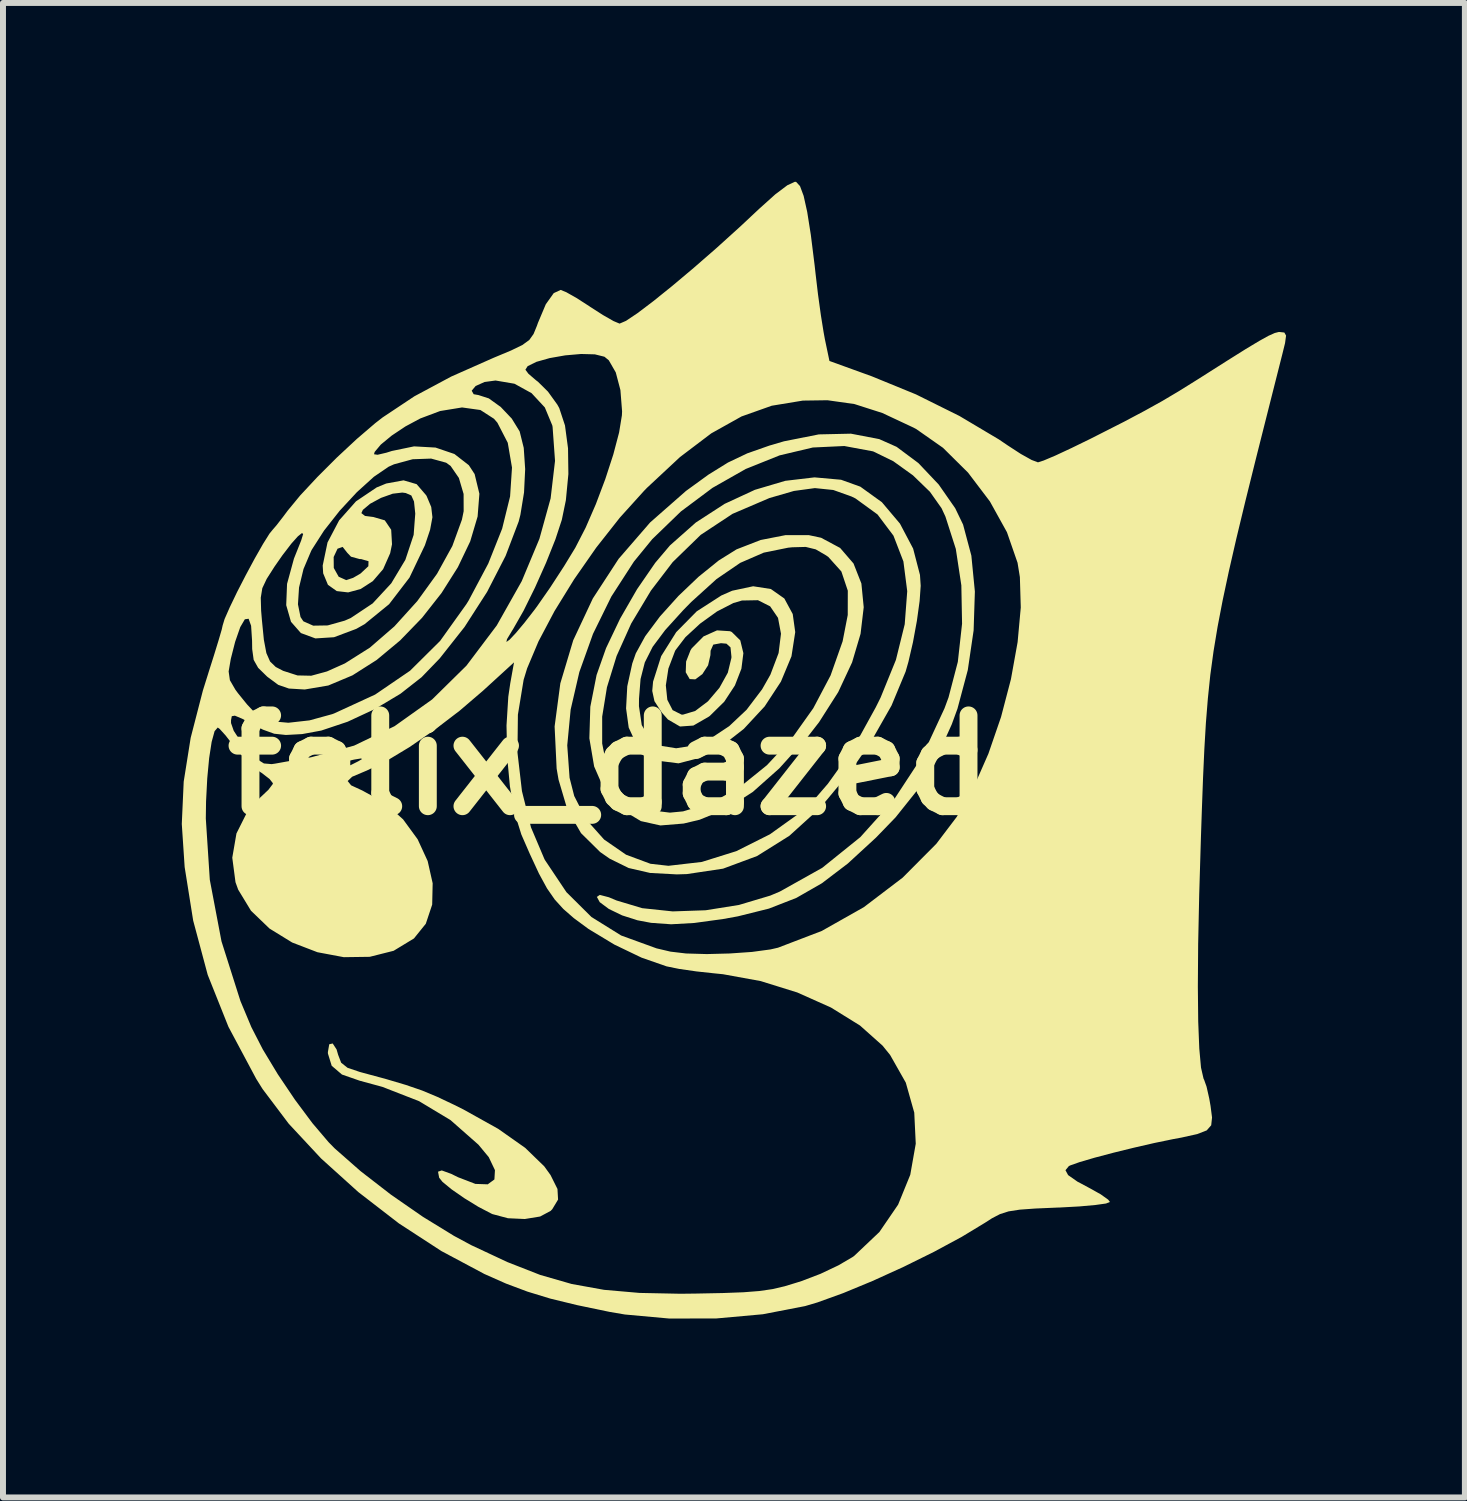
<source format=kicad_pcb>
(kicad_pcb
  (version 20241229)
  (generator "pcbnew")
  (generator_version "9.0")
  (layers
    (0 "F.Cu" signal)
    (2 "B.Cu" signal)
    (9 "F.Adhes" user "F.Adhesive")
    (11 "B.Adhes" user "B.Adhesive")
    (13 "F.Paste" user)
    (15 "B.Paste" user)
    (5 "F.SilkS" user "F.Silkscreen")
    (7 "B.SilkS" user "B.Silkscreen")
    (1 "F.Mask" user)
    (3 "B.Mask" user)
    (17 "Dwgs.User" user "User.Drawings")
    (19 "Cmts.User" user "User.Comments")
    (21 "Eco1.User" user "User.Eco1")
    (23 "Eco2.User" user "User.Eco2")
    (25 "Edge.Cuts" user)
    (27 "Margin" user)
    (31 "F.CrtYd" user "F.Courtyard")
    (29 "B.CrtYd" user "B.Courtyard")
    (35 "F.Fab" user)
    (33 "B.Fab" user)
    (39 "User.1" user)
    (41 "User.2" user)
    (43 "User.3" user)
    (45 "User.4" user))
  (footprint "felix_dazed"
    (layer "F.Cu")
    (at 7.176 9.787)
    (property "Reference" "felix_dazed" (at 0 0 0) (layer "F.SilkS") (effects (font (size 1.524 1.524) (thickness 0.3))))
    (attr board_only exclude_from_pos_files exclude_from_bom)
    (fp_poly (pts (xy -4.579 4.77) (xy -4.553 4.86) (xy -4.502 4.993) (xy -4.395 5.078) (xy -4.191 5.147) (xy -4.177 5.151) (xy -3.748 5.267) (xy -3.418 5.365) (xy -3.144 5.459) (xy -2.888 5.566) (xy -2.609 5.698) (xy -2.449 5.778) (xy -1.868 6.102) (xy -1.415 6.421) (xy -1.095 6.731) (xy -0.989 6.878) (xy -0.873 7.111) (xy -0.863 7.289) (xy -0.96 7.45) (xy -0.988 7.479) (xy -1.164 7.573) (xy -1.421 7.615) (xy -1.704 7.602) (xy -1.963 7.533) (xy -1.979 7.526) (xy -2.201 7.41) (xy -2.437 7.265) (xy -2.65 7.117) (xy -2.803 6.991) (xy -2.858 6.922) (xy -2.877 6.821) (xy -2.814 6.8) (xy -2.657 6.857) (xy -2.541 6.914) (xy -2.25 7.026) (xy -2.043 7.033) (xy -1.931 6.951) (xy -1.922 6.795) (xy -2.026 6.577) (xy -2.199 6.368) (xy -2.667 5.956) (xy -3.195 5.638) (xy -3.811 5.398) (xy -4.193 5.294) (xy -4.489 5.191) (xy -4.661 5.044) (xy -4.724 4.84) (xy -4.725 4.815) (xy -4.702 4.683) (xy -4.644 4.67)) (stroke (width 0) (type solid)) (fill yes) (layer "F.SilkS"))
    (fp_poly (pts (xy 4.525 -5.47) (xy 4.817 -5.34) (xy 5.182 -5.068) (xy 5.523 -4.708) (xy 5.8 -4.31) (xy 5.932 -4.036) (xy 6.071 -3.515) (xy 6.13 -2.912) (xy 6.109 -2.261) (xy 6.011 -1.595) (xy 5.838 -0.947) (xy 5.742 -0.684) (xy 5.476 -0.094) (xy 5.173 0.409) (xy 4.799 0.877) (xy 4.471 1.216) (xy 3.998 1.651) (xy 3.563 1.982) (xy 3.134 2.228) (xy 2.675 2.407) (xy 2.153 2.537) (xy 1.905 2.582) (xy 1.423 2.648) (xy 1.033 2.67) (xy 0.697 2.646) (xy 0.469 2.603) (xy 0.212 2.521) (xy -0.011 2.413) (xy -0.164 2.299) (xy -0.212 2.211) (xy -0.163 2.177) (xy -0.01 2.217) (xy 0.119 2.271) (xy 0.549 2.4) (xy 1.06 2.454) (xy 1.613 2.435) (xy 2.171 2.346) (xy 2.697 2.189) (xy 2.858 2.121) (xy 3.569 1.723) (xy 4.208 1.208) (xy 4.769 0.584) (xy 5.242 -0.138) (xy 5.62 -0.952) (xy 5.688 -1.136) (xy 5.844 -1.733) (xy 5.915 -2.372) (xy 5.903 -3.016) (xy 5.81 -3.628) (xy 5.636 -4.17) (xy 5.571 -4.31) (xy 5.376 -4.586) (xy 5.091 -4.862) (xy 4.761 -5.099) (xy 4.434 -5.259) (xy 4.418 -5.265) (xy 3.939 -5.354) (xy 3.411 -5.329) (xy 2.854 -5.197) (xy 2.286 -4.969) (xy 1.728 -4.652) (xy 1.198 -4.256) (xy 0.716 -3.79) (xy 0.409 -3.414) (xy 0.03 -2.827) (xy -0.277 -2.202) (xy -0.506 -1.562) (xy -0.652 -0.931) (xy -0.709 -0.332) (xy -0.67 0.212) (xy -0.592 0.518) (xy -0.391 0.912) (xy -0.091 1.248) (xy 0.278 1.503) (xy 0.687 1.655) (xy 0.988 1.689) (xy 1.549 1.624) (xy 2.128 1.443) (xy 2.692 1.16) (xy 3.207 0.791) (xy 3.419 0.596) (xy 3.664 0.312) (xy 3.936 -0.067) (xy 4.212 -0.507) (xy 4.467 -0.97) (xy 4.548 -1.133) (xy 4.805 -1.765) (xy 4.953 -2.364) (xy 4.995 -2.918) (xy 4.931 -3.417) (xy 4.764 -3.85) (xy 4.496 -4.206) (xy 4.127 -4.474) (xy 4.06 -4.507) (xy 3.755 -4.616) (xy 3.446 -4.648) (xy 3.094 -4.6) (xy 2.683 -4.481) (xy 2.064 -4.216) (xy 1.531 -3.864) (xy 1.06 -3.406) (xy 0.695 -2.928) (xy 0.364 -2.376) (xy 0.119 -1.831) (xy -0.043 -1.306) (xy -0.123 -0.813) (xy -0.123 -0.363) (xy -0.045 0.03) (xy 0.109 0.355) (xy 0.338 0.599) (xy 0.64 0.751) (xy 1.013 0.797) (xy 1.234 0.776) (xy 1.713 0.632) (xy 2.188 0.367) (xy 2.642 0.000335) (xy 3.058 -0.447) (xy 3.419 -0.955) (xy 3.709 -1.505) (xy 3.911 -2.077) (xy 3.997 -2.519) (xy 3.998 -2.927) (xy 3.89 -3.249) (xy 3.671 -3.493) (xy 3.632 -3.52) (xy 3.46 -3.62) (xy 3.292 -3.661) (xy 3.065 -3.655) (xy 2.997 -3.648) (xy 2.588 -3.565) (xy 2.194 -3.394) (xy 1.796 -3.122) (xy 1.371 -2.737) (xy 1.237 -2.6) (xy 0.934 -2.266) (xy 0.724 -1.985) (xy 0.592 -1.723) (xy 0.521 -1.445) (xy 0.495 -1.115) (xy 0.494 -0.989) (xy 0.541 -0.672) (xy 0.671 -0.451) (xy 0.869 -0.323) (xy 1.118 -0.283) (xy 1.401 -0.327) (xy 1.703 -0.452) (xy 2.008 -0.654) (xy 2.299 -0.928) (xy 2.56 -1.272) (xy 2.699 -1.517) (xy 2.837 -1.881) (xy 2.877 -2.205) (xy 2.827 -2.471) (xy 2.695 -2.664) (xy 2.491 -2.767) (xy 2.222 -2.762) (xy 2.077 -2.719) (xy 1.803 -2.578) (xy 1.52 -2.374) (xy 1.273 -2.146) (xy 1.108 -1.93) (xy 1.1 -1.916) (xy 0.988 -1.62) (xy 0.945 -1.338) (xy 0.97 -1.096) (xy 1.059 -0.923) (xy 1.208 -0.848) (xy 1.232 -0.847) (xy 1.438 -0.909) (xy 1.651 -1.07) (xy 1.844 -1.297) (xy 1.985 -1.551) (xy 2.045 -1.799) (xy 2.046 -1.817) (xy 2.03 -1.976) (xy 1.962 -2.038) (xy 1.87 -2.046) (xy 1.741 -2.022) (xy 1.696 -1.92) (xy 1.693 -1.845) (xy 1.654 -1.675) (xy 1.558 -1.527) (xy 1.439 -1.439) (xy 1.345 -1.444) (xy 1.279 -1.558) (xy 1.285 -1.738) (xy 1.36 -1.929) (xy 1.38 -1.96) (xy 1.578 -2.16) (xy 1.804 -2.261) (xy 2.021 -2.247) (xy 2.051 -2.234) (xy 2.194 -2.093) (xy 2.246 -1.879) (xy 2.213 -1.618) (xy 2.104 -1.337) (xy 1.925 -1.064) (xy 1.683 -0.826) (xy 1.667 -0.814) (xy 1.407 -0.664) (xy 1.183 -0.648) (xy 0.98 -0.766) (xy 0.877 -0.883) (xy 0.754 -1.073) (xy 0.717 -1.245) (xy 0.731 -1.401) (xy 0.867 -1.829) (xy 1.119 -2.231) (xy 1.463 -2.58) (xy 1.876 -2.846) (xy 2.058 -2.926) (xy 2.41 -3.001) (xy 2.707 -2.955) (xy 2.933 -2.796) (xy 3.074 -2.535) (xy 3.116 -2.232) (xy 3.053 -1.826) (xy 2.876 -1.401) (xy 2.603 -0.985) (xy 2.253 -0.608) (xy 1.91 -0.34) (xy 1.509 -0.121) (xy 1.158 -0.03) (xy 0.85 -0.069) (xy 0.577 -0.236) (xy 0.43 -0.396) (xy 0.322 -0.63) (xy 0.278 -0.952) (xy 0.298 -1.323) (xy 0.382 -1.706) (xy 0.441 -1.875) (xy 0.599 -2.163) (xy 0.847 -2.495) (xy 1.156 -2.838) (xy 1.495 -3.161) (xy 1.833 -3.434) (xy 2.131 -3.62) (xy 2.535 -3.777) (xy 2.954 -3.859) (xy 3.343 -3.859) (xy 3.549 -3.815) (xy 3.869 -3.644) (xy 4.094 -3.383) (xy 4.226 -3.047) (xy 4.265 -2.649) (xy 4.212 -2.203) (xy 4.07 -1.724) (xy 3.837 -1.225) (xy 3.516 -0.721) (xy 3.318 -0.466) (xy 2.85 0.053) (xy 2.405 0.449) (xy 1.965 0.732) (xy 1.512 0.916) (xy 1.244 0.98) (xy 0.854 1.012) (xy 0.526 0.939) (xy 0.213 0.751) (xy 0.176 0.721) (xy -0.085 0.418) (xy -0.258 0.022) (xy -0.338 -0.45) (xy -0.322 -0.979) (xy -0.217 -1.512) (xy -0.058 -1.963) (xy 0.178 -2.458) (xy 0.462 -2.951) (xy 0.767 -3.394) (xy 1.015 -3.687) (xy 1.449 -4.071) (xy 1.932 -4.384) (xy 2.439 -4.619) (xy 2.949 -4.77) (xy 3.439 -4.828) (xy 3.885 -4.788) (xy 4.208 -4.672) (xy 4.57 -4.411) (xy 4.873 -4.052) (xy 5.094 -3.633) (xy 5.209 -3.191) (xy 5.221 -3.009) (xy 5.203 -2.754) (xy 5.157 -2.42) (xy 5.091 -2.061) (xy 5.015 -1.733) (xy 4.968 -1.569) (xy 4.732 -1.001) (xy 4.383 -0.387) (xy 4.041 0.109) (xy 3.536 0.715) (xy 3.017 1.186) (xy 2.476 1.525) (xy 1.905 1.737) (xy 1.297 1.828) (xy 1.129 1.833) (xy 0.681 1.809) (xy 0.321 1.726) (xy 0.004 1.57) (xy -0.157 1.458) (xy -0.478 1.141) (xy -0.708 0.742) (xy -0.855 0.244) (xy -0.887 0.058) (xy -0.921 -0.649) (xy -0.825 -1.372) (xy -0.609 -2.094) (xy -0.28 -2.796) (xy 0.153 -3.461) (xy 0.682 -4.072) (xy 1.283 -4.6) (xy 1.662 -4.875) (xy 1.988 -5.077) (xy 2.312 -5.231) (xy 2.682 -5.361) (xy 2.927 -5.433) (xy 3.512 -5.549) (xy 4.051 -5.561)) (stroke (width 0) (type solid)) (fill yes) (layer "F.SilkS"))
    (fp_poly (pts (xy 3.131 -9.785) (xy 3.196 -9.715) (xy 3.257 -9.551) (xy 3.317 -9.281) (xy 3.378 -8.895) (xy 3.442 -8.381) (xy 3.456 -8.255) (xy 3.498 -7.899) (xy 3.546 -7.551) (xy 3.592 -7.264) (xy 3.613 -7.148) (xy 3.69 -6.781) (xy 4.402 -6.523) (xy 5.142 -6.22) (xy 5.871 -5.858) (xy 6.532 -5.465) (xy 6.684 -5.362) (xy 6.901 -5.221) (xy 7.082 -5.12) (xy 7.188 -5.08) (xy 7.189 -5.08) (xy 7.285 -5.111) (xy 7.481 -5.194) (xy 7.751 -5.32) (xy 8.071 -5.476) (xy 8.201 -5.542) (xy 8.634 -5.762) (xy 8.977 -5.944) (xy 9.272 -6.108) (xy 9.555 -6.276) (xy 9.866 -6.47) (xy 9.948 -6.522) (xy 10.362 -6.785) (xy 10.673 -6.98) (xy 10.899 -7.116) (xy 11.056 -7.203) (xy 11.161 -7.25) (xy 11.228 -7.267) (xy 11.241 -7.267) (xy 11.322 -7.258) (xy 11.351 -7.207) (xy 11.334 -7.081) (xy 11.293 -6.914) (xy 11.054 -5.969) (xy 10.846 -5.145) (xy 10.668 -4.428) (xy 10.517 -3.802) (xy 10.391 -3.252) (xy 10.287 -2.764) (xy 10.202 -2.321) (xy 10.134 -1.91) (xy 10.08 -1.514) (xy 10.039 -1.119) (xy 10.006 -0.709) (xy 9.98 -0.27) (xy 9.958 0.214) (xy 9.938 0.757) (xy 9.923 1.199) (xy 9.894 2.162) (xy 9.876 3.001) (xy 9.871 3.716) (xy 9.877 4.301) (xy 9.895 4.755) (xy 9.924 5.075) (xy 9.966 5.258) (xy 9.977 5.281) (xy 10.017 5.394) (xy 10.062 5.593) (xy 10.084 5.718) (xy 10.109 5.912) (xy 10.095 6.042) (xy 10.02 6.128) (xy 9.861 6.19) (xy 9.595 6.249) (xy 9.454 6.275) (xy 9.144 6.339) (xy 8.8 6.418) (xy 8.454 6.503) (xy 8.14 6.586) (xy 7.888 6.66) (xy 7.732 6.715) (xy 7.707 6.727) (xy 7.65 6.796) (xy 7.694 6.878) (xy 7.851 6.988) (xy 8.048 7.093) (xy 8.24 7.2) (xy 8.366 7.29) (xy 8.396 7.329) (xy 8.33 7.355) (xy 8.15 7.38) (xy 7.882 7.404) (xy 7.553 7.422) (xy 7.515 7.423) (xy 7.144 7.439) (xy 6.882 7.458) (xy 6.695 7.487) (xy 6.551 7.533) (xy 6.418 7.602) (xy 6.298 7.679) (xy 5.91 7.914) (xy 5.443 8.166) (xy 4.931 8.419) (xy 4.412 8.655) (xy 3.919 8.859) (xy 3.49 9.014) (xy 3.281 9.076) (xy 2.572 9.213) (xy 1.795 9.283) (xy 1.005 9.285) (xy 0.258 9.217) (xy 0 9.173) (xy -0.547 9.059) (xy -0.994 8.95) (xy -1.377 8.833) (xy -1.737 8.698) (xy -2.1 8.537) (xy -2.82 8.153) (xy -3.533 7.689) (xy -4.214 7.163) (xy -4.839 6.599) (xy -5.382 6.016) (xy -5.82 5.435) (xy -5.927 5.264) (xy -6.393 4.391) (xy -6.741 3.519) (xy -6.985 2.608) (xy -7.128 1.71) (xy -7.176 0.988) (xy -7.172 0.896) (xy -6.773 0.896) (xy -6.706 1.924) (xy -6.51 2.956) (xy -6.192 3.958) (xy -6.009 4.395) (xy -5.817 4.769) (xy -5.564 5.188) (xy -5.277 5.614) (xy -4.985 6.006) (xy -4.713 6.326) (xy -4.611 6.43) (xy -4.175 6.813) (xy -3.666 7.207) (xy -3.129 7.579) (xy -2.609 7.898) (xy -2.319 8.054) (xy -1.712 8.338) (xy -1.163 8.553) (xy -0.635 8.705) (xy -0.092 8.803) (xy 0.504 8.855) (xy 1.19 8.869) (xy 1.446 8.866) (xy 1.902 8.857) (xy 2.248 8.844) (xy 2.515 8.823) (xy 2.735 8.791) (xy 2.94 8.743) (xy 3.159 8.676) (xy 3.225 8.655) (xy 3.539 8.535) (xy 3.841 8.392) (xy 4.075 8.255) (xy 4.107 8.232) (xy 4.528 7.833) (xy 4.842 7.374) (xy 5.046 6.873) (xy 5.138 6.352) (xy 5.113 5.83) (xy 4.971 5.327) (xy 4.708 4.863) (xy 4.582 4.707) (xy 4.203 4.369) (xy 3.716 4.067) (xy 3.15 3.814) (xy 2.536 3.623) (xy 1.904 3.508) (xy 1.764 3.494) (xy 1.459 3.461) (xy 1.168 3.419) (xy 0.957 3.376) (xy 0.538 3.23) (xy 0.082 3.011) (xy -0.352 2.749) (xy -0.6 2.566) (xy -0.774 2.414) (xy -0.918 2.256) (xy -1.049 2.067) (xy -1.184 1.819) (xy -1.339 1.485) (xy -1.479 1.164) (xy -1.59 0.808) (xy -1.671 0.356) (xy -1.718 -0.149) (xy -1.719 -0.209) (xy -1.544 -0.209) (xy -1.469 0.436) (xy -1.317 1.045) (xy -1.092 1.576) (xy -1.082 1.594) (xy -0.723 2.131) (xy -0.303 2.548) (xy 0.195 2.858) (xy 0.789 3.074) (xy 1.023 3.129) (xy 1.284 3.16) (xy 1.632 3.17) (xy 2.017 3.16) (xy 2.39 3.134) (xy 2.701 3.092) (xy 2.827 3.063) (xy 3.561 2.782) (xy 4.267 2.383) (xy 4.918 1.888) (xy 5.483 1.32) (xy 5.825 0.869) (xy 6.107 0.377) (xy 6.357 -0.192) (xy 6.569 -0.808) (xy 6.735 -1.442) (xy 6.847 -2.064) (xy 6.9 -2.645) (xy 6.885 -3.155) (xy 6.846 -3.395) (xy 6.668 -3.908) (xy 6.382 -4.424) (xy 6.015 -4.908) (xy 5.595 -5.324) (xy 5.147 -5.638) (xy 5.1 -5.663) (xy 4.577 -5.908) (xy 4.109 -6.058) (xy 3.657 -6.122) (xy 3.244 -6.116) (xy 2.722 -6.03) (xy 2.215 -5.85) (xy 1.707 -5.566) (xy 1.183 -5.169) (xy 0.626 -4.65) (xy 0.578 -4.6) (xy 0.174 -4.153) (xy -0.223 -3.649) (xy -0.594 -3.117) (xy -0.923 -2.584) (xy -1.191 -2.077) (xy -1.382 -1.624) (xy -1.441 -1.431) (xy -1.537 -0.846) (xy -1.544 -0.209) (xy -1.719 -0.209) (xy -1.728 -0.665) (xy -1.698 -1.149) (xy -1.665 -1.373) (xy -1.602 -1.724) (xy -2.124 -1.247) (xy -2.513 -0.914) (xy -2.934 -0.592) (xy -3.355 -0.303) (xy -3.745 -0.068) (xy -4.072 0.091) (xy -4.108 0.106) (xy -4.318 0.195) (xy -4.393 0.267) (xy -4.335 0.339) (xy -4.147 0.426) (xy -3.775 0.63) (xy -3.463 0.91) (xy -3.219 1.244) (xy -3.051 1.609) (xy -2.967 1.982) (xy -2.975 2.34) (xy -3.082 2.661) (xy -3.281 2.908) (xy -3.622 3.115) (xy -4.023 3.216) (xy -4.458 3.222) (xy -4.9 3.139) (xy -5.324 2.976) (xy -5.704 2.742) (xy -6.015 2.443) (xy -6.23 2.089) (xy -6.275 1.964) (xy -6.329 1.553) (xy -6.259 1.146) (xy -6.075 0.779) (xy -5.859 0.542) (xy -5.723 0.414) (xy -5.651 0.319) (xy -5.647 0.304) (xy -5.703 0.233) (xy -5.838 0.129) (xy -5.842 0.127) (xy -5.256 0.127) (xy -4.939 0.132) (xy -4.626 0.095) (xy -4.339 -0.002) (xy -4.214 -0.065) (xy -4.152 -0.102) (xy -4.169 -0.112) (xy -4.279 -0.094) (xy -4.497 -0.047) (xy -4.836 0.03) (xy -4.868 0.038) (xy -5.256 0.127) (xy -5.842 0.127) (xy -5.874 0.106) (xy -6.052 -0.039) (xy -6.241 -0.24) (xy -6.312 -0.331) (xy -6.442 -0.499) (xy -6.541 -0.608) (xy -6.573 -0.631) (xy -6.626 -0.569) (xy -6.675 -0.39) (xy -6.717 -0.118) (xy -6.749 0.223) (xy -6.769 0.61) (xy -6.773 0.896) (xy -7.172 0.896) (xy -7.144 0.277) (xy -7.027 -0.458) (xy -6.963 -0.706) (xy -6.35 -0.706) (xy -6.305 -0.577) (xy -6.188 -0.397) (xy -6.089 -0.276) (xy -5.923 -0.106) (xy -5.798 -0.028) (xy -5.669 -0.017) (xy -5.612 -0.025) (xy -5.418 -0.06) (xy -5.158 -0.105) (xy -5.006 -0.132) (xy -4.286 -0.327) (xy -3.607 -0.653) (xy -2.976 -1.102) (xy -2.401 -1.668) (xy -2.101 -2.066) (xy -1.73 -2.066) (xy -1.676 -2.105) (xy -1.571 -2.217) (xy -1.426 -2.39) (xy -1.253 -2.613) (xy -1.21 -2.672) (xy -0.994 -2.982) (xy -0.763 -3.337) (xy -0.574 -3.647) (xy -0.401 -3.983) (xy -0.229 -4.379) (xy -0.07 -4.801) (xy 0.064 -5.213) (xy 0.161 -5.581) (xy 0.208 -5.869) (xy 0.211 -5.936) (xy 0.183 -6.293) (xy 0.105 -6.589) (xy -0.012 -6.792) (xy -0.085 -6.852) (xy -0.246 -6.892) (xy -0.477 -6.898) (xy -0.742 -6.875) (xy -1.004 -6.829) (xy -1.227 -6.766) (xy -1.374 -6.693) (xy -1.411 -6.634) (xy -1.36 -6.566) (xy -1.233 -6.457) (xy -1.2 -6.432) (xy -1.032 -6.266) (xy -0.875 -6.048) (xy -0.843 -5.99) (xy -0.747 -5.699) (xy -0.696 -5.316) (xy -0.69 -4.884) (xy -0.732 -4.445) (xy -0.8 -4.116) (xy -0.907 -3.79) (xy -1.065 -3.394) (xy -1.251 -2.977) (xy -1.442 -2.59) (xy -1.617 -2.283) (xy -1.633 -2.258) (xy -1.72 -2.113) (xy -1.73 -2.066) (xy -2.101 -2.066) (xy -1.892 -2.343) (xy -1.473 -3.086) (xy -1.176 -3.797) (xy -0.988 -4.475) (xy -0.914 -5.105) (xy -0.955 -5.674) (xy -0.96 -5.7) (xy -1.085 -6.001) (xy -1.308 -6.241) (xy -1.595 -6.399) (xy -1.912 -6.453) (xy -2.097 -6.428) (xy -2.246 -6.361) (xy -2.312 -6.282) (xy -2.279 -6.223) (xy -2.199 -6.209) (xy -2.025 -6.153) (xy -1.825 -6.009) (xy -1.64 -5.814) (xy -1.51 -5.603) (xy -1.507 -5.597) (xy -1.439 -5.323) (xy -1.415 -4.966) (xy -1.434 -4.575) (xy -1.495 -4.2) (xy -1.524 -4.087) (xy -1.743 -3.511) (xy -2.054 -2.906) (xy -2.432 -2.318) (xy -2.849 -1.79) (xy -3.153 -1.475) (xy -3.508 -1.197) (xy -3.936 -0.941) (xy -4.394 -0.728) (xy -4.836 -0.58) (xy -5.156 -0.521) (xy -5.429 -0.506) (xy -5.626 -0.527) (xy -5.814 -0.595) (xy -5.948 -0.664) (xy -6.164 -0.779) (xy -6.285 -0.83) (xy -6.337 -0.821) (xy -6.35 -0.754) (xy -6.35 -0.706) (xy -6.963 -0.706) (xy -6.822 -1.252) (xy -6.734 -1.533) (xy -6.722 -1.572) (xy -6.39 -1.572) (xy -6.369 -1.425) (xy -6.277 -1.266) (xy -6.235 -1.209) (xy -6.082 -1.02) (xy -5.934 -0.862) (xy -5.898 -0.831) (xy -5.688 -0.738) (xy -5.388 -0.711) (xy -5.033 -0.751) (xy -4.654 -0.855) (xy -4.621 -0.867) (xy -3.932 -1.184) (xy -3.346 -1.584) (xy -2.842 -2.084) (xy -2.401 -2.701) (xy -2.364 -2.761) (xy -2.034 -3.382) (xy -1.801 -3.968) (xy -1.668 -4.508) (xy -1.636 -4.992) (xy -1.707 -5.408) (xy -1.881 -5.745) (xy -1.938 -5.811) (xy -2.166 -5.958) (xy -2.474 -6.001) (xy -2.842 -5.941) (xy -3.175 -5.816) (xy -3.423 -5.683) (xy -3.654 -5.529) (xy -3.837 -5.378) (xy -3.94 -5.255) (xy -3.951 -5.216) (xy -3.892 -5.207) (xy -3.743 -5.242) (xy -3.651 -5.271) (xy -3.279 -5.348) (xy -2.919 -5.328) (xy -2.602 -5.22) (xy -2.36 -5.032) (xy -2.263 -4.883) (xy -2.183 -4.553) (xy -2.213 -4.171) (xy -2.337 -3.754) (xy -2.544 -3.321) (xy -2.818 -2.888) (xy -3.145 -2.472) (xy -3.513 -2.092) (xy -3.907 -1.764) (xy -4.313 -1.506) (xy -4.718 -1.336) (xy -5.107 -1.27) (xy -5.13 -1.27) (xy -5.379 -1.285) (xy -5.558 -1.347) (xy -5.739 -1.481) (xy -5.748 -1.489) (xy -5.895 -1.633) (xy -5.97 -1.766) (xy -5.995 -1.947) (xy -5.997 -2.089) (xy -6.013 -2.338) (xy -6.055 -2.456) (xy -6.118 -2.447) (xy -6.195 -2.316) (xy -6.281 -2.069) (xy -6.354 -1.782) (xy -6.39 -1.572) (xy -6.722 -1.572) (xy -6.637 -1.84) (xy -6.558 -2.097) (xy -6.506 -2.275) (xy -6.491 -2.342) (xy -6.458 -2.451) (xy -6.371 -2.649) (xy -6.294 -2.809) (xy -5.851 -2.809) (xy -5.845 -2.592) (xy -5.832 -2.436) (xy -5.799 -2.103) (xy -5.757 -1.88) (xy -5.695 -1.739) (xy -5.6 -1.647) (xy -5.475 -1.582) (xy -5.235 -1.505) (xy -5.004 -1.5) (xy -4.74 -1.572) (xy -4.439 -1.707) (xy -4.021 -1.971) (xy -3.609 -2.328) (xy -3.226 -2.751) (xy -2.894 -3.21) (xy -2.637 -3.676) (xy -2.476 -4.119) (xy -2.447 -4.26) (xy -2.448 -4.549) (xy -2.527 -4.818) (xy -2.666 -5.02) (xy -2.741 -5.074) (xy -2.992 -5.143) (xy -3.303 -5.132) (xy -3.616 -5.047) (xy -3.705 -5.007) (xy -3.953 -4.838) (xy -4.238 -4.58) (xy -4.527 -4.268) (xy -4.79 -3.934) (xy -4.995 -3.614) (xy -5.006 -3.593) (xy -5.134 -3.29) (xy -5.209 -2.98) (xy -5.227 -2.698) (xy -5.184 -2.485) (xy -5.136 -2.413) (xy -4.971 -2.34) (xy -4.728 -2.344) (xy -4.443 -2.424) (xy -4.342 -2.468) (xy -3.974 -2.713) (xy -3.662 -3.05) (xy -3.425 -3.445) (xy -3.286 -3.863) (xy -3.259 -4.22) (xy -3.28 -4.423) (xy -3.325 -4.524) (xy -3.418 -4.565) (xy -3.476 -4.573) (xy -3.637 -4.554) (xy -3.833 -4.484) (xy -4.015 -4.386) (xy -4.138 -4.283) (xy -4.163 -4.228) (xy -4.102 -4.181) (xy -3.962 -4.163) (xy -3.77 -4.107) (xy -3.663 -3.949) (xy -3.649 -3.706) (xy -3.68 -3.555) (xy -3.798 -3.288) (xy -3.971 -3.087) (xy -4.175 -2.955) (xy -4.385 -2.898) (xy -4.576 -2.92) (xy -4.724 -3.025) (xy -4.804 -3.218) (xy -4.812 -3.348) (xy -4.782 -3.492) (xy -4.628 -3.492) (xy -4.626 -3.308) (xy -4.544 -3.161) (xy -4.417 -3.104) (xy -4.302 -3.142) (xy -4.178 -3.214) (xy -4.046 -3.337) (xy -4.043 -3.421) (xy -4.167 -3.457) (xy -4.191 -3.457) (xy -4.337 -3.497) (xy -4.4 -3.563) (xy -4.477 -3.661) (xy -4.563 -3.631) (xy -4.628 -3.492) (xy -4.782 -3.492) (xy -4.731 -3.736) (xy -4.536 -4.107) (xy -4.253 -4.426) (xy -3.907 -4.659) (xy -3.746 -4.725) (xy -3.455 -4.778) (xy -3.236 -4.714) (xy -3.077 -4.529) (xy -3.068 -4.514) (xy -2.991 -4.331) (xy -2.971 -4.159) (xy -3.01 -3.949) (xy -3.097 -3.689) (xy -3.356 -3.146) (xy -3.698 -2.7) (xy -4.109 -2.365) (xy -4.249 -2.286) (xy -4.622 -2.146) (xy -4.934 -2.126) (xy -5.178 -2.216) (xy -5.344 -2.405) (xy -5.424 -2.684) (xy -5.41 -3.041) (xy -5.294 -3.466) (xy -5.26 -3.551) (xy -5.173 -3.769) (xy -5.14 -3.877) (xy -5.159 -3.894) (xy -5.227 -3.84) (xy -5.228 -3.839) (xy -5.338 -3.716) (xy -5.489 -3.519) (xy -5.62 -3.331) (xy -5.752 -3.124) (xy -5.825 -2.969) (xy -5.851 -2.809) (xy -6.294 -2.809) (xy -6.247 -2.907) (xy -6.101 -3.19) (xy -5.951 -3.469) (xy -5.813 -3.711) (xy -5.704 -3.885) (xy -5.65 -3.951) (xy -5.587 -4.024) (xy -5.473 -4.171) (xy -5.4 -4.269) (xy -5.19 -4.524) (xy -4.903 -4.832) (xy -4.575 -5.16) (xy -4.239 -5.473) (xy -3.931 -5.737) (xy -3.806 -5.834) (xy -3.274 -6.188) (xy -2.656 -6.519) (xy -1.945 -6.834) (xy -1.653 -6.956) (xy -1.463 -7.048) (xy -1.346 -7.133) (xy -1.274 -7.234) (xy -1.217 -7.373) (xy -1.201 -7.419) (xy -1.069 -7.732) (xy -0.936 -7.919) (xy -0.82 -7.973) (xy -0.726 -7.935) (xy -0.553 -7.837) (xy -0.338 -7.699) (xy -0.326 -7.69) (xy -0.109 -7.551) (xy 0.068 -7.45) (xy 0.168 -7.408) (xy 0.17 -7.408) (xy 0.277 -7.454) (xy 0.471 -7.584) (xy 0.735 -7.784) (xy 1.054 -8.041) (xy 1.412 -8.342) (xy 1.792 -8.673) (xy 2.179 -9.023) (xy 2.518 -9.34) (xy 2.782 -9.577) (xy 2.984 -9.729) (xy 3.11 -9.787)) (stroke (width 0) (type solid)) (fill yes) (layer "F.SilkS")))
  (gr_rect
    (start -3 -3)
    (end 21.527 22.073)
    (stroke (width 0.1) (type default))
    (fill no)
    (layer "Edge.Cuts")))
</source>
